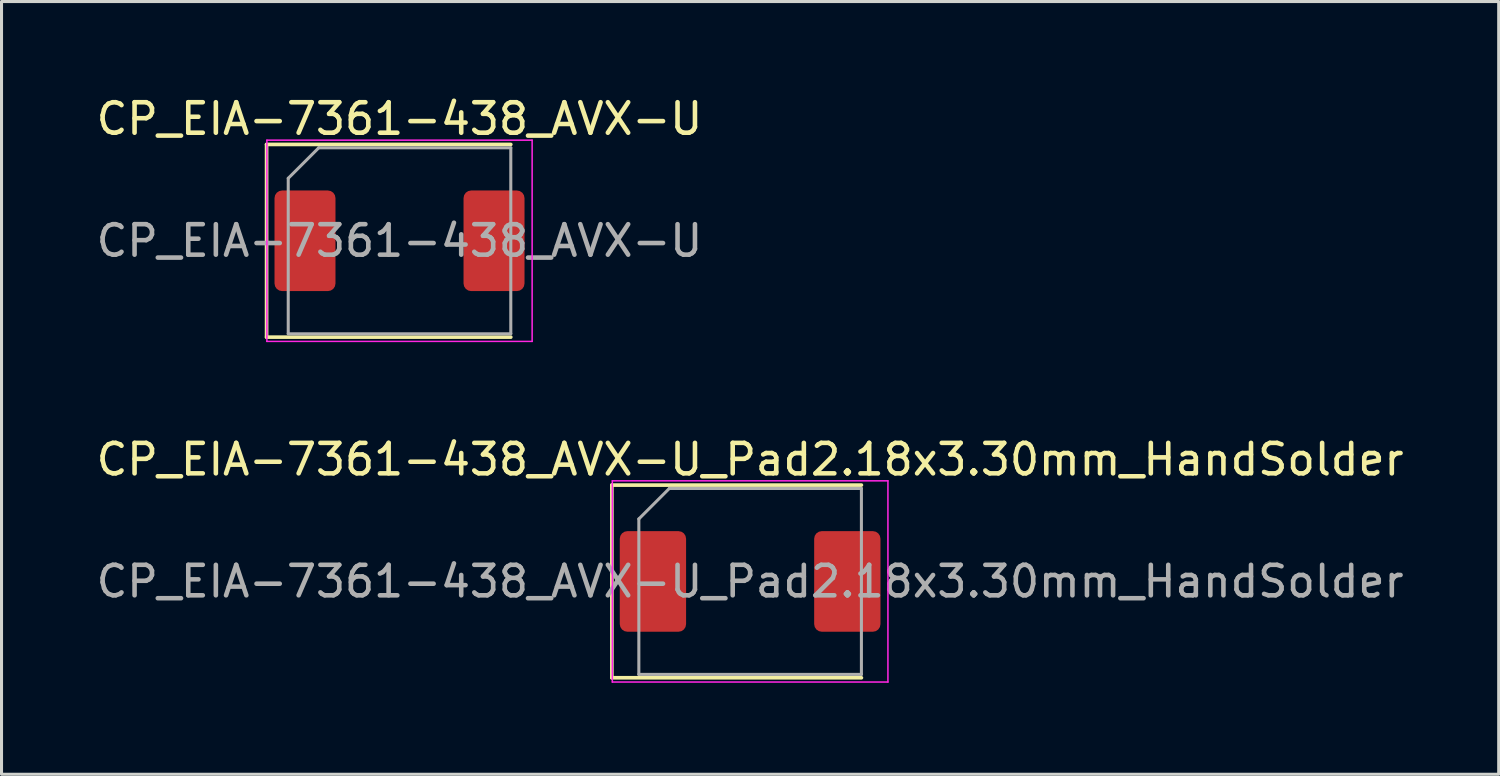
<source format=kicad_pcb>
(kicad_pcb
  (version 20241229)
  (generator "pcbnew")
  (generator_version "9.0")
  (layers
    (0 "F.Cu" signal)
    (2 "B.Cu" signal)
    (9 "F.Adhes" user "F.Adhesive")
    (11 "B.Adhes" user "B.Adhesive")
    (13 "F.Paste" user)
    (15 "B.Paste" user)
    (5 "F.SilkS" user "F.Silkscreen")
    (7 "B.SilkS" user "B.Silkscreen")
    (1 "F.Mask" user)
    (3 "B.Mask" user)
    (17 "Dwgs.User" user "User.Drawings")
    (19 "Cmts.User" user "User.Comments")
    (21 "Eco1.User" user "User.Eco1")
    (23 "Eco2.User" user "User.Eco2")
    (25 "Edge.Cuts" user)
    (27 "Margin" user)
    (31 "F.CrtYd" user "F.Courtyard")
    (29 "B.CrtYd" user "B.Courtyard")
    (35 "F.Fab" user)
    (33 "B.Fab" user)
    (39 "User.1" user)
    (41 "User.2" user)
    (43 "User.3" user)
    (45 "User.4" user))
  (footprint "CP_EIA-7361-438_AVX-U_Pad2.18x3.30mm_HandSolder"
    (layer "F.Cu")
    (at 21.554 16.021)
    (property "Reference" "CP_EIA-7361-438_AVX-U_Pad2.18x3.30mm_HandSolder" (at 0 -4 0) (layer "F.SilkS") (effects (font (size 1 1) (thickness 0.15))))
    (attr smd)
    (fp_line (start -4.535 -3.16) (end -4.535 3.16) (stroke (width 0.12) (type solid)) (layer "F.SilkS"))
    (fp_line (start -4.535 3.16) (end 3.65 3.16) (stroke (width 0.12) (type solid)) (layer "F.SilkS"))
    (fp_line (start 3.65 -3.16) (end -4.535 -3.16) (stroke (width 0.12) (type solid)) (layer "F.SilkS"))
    (fp_line (start -4.52 -3.3) (end 4.52 -3.3) (stroke (width 0.05) (type solid)) (layer "F.CrtYd"))
    (fp_line (start -4.52 3.3) (end -4.52 -3.3) (stroke (width 0.05) (type solid)) (layer "F.CrtYd"))
    (fp_line (start 4.52 -3.3) (end 4.52 3.3) (stroke (width 0.05) (type solid)) (layer "F.CrtYd"))
    (fp_line (start 4.52 3.3) (end -4.52 3.3) (stroke (width 0.05) (type solid)) (layer "F.CrtYd"))
    (fp_line (start -3.65 -2.05) (end -3.65 3.05) (stroke (width 0.1) (type solid)) (layer "F.Fab"))
    (fp_line (start -3.65 3.05) (end 3.65 3.05) (stroke (width 0.1) (type solid)) (layer "F.Fab"))
    (fp_line (start -2.65 -3.05) (end -3.65 -2.05) (stroke (width 0.1) (type solid)) (layer "F.Fab"))
    (fp_line (start 3.65 -3.05) (end -2.65 -3.05) (stroke (width 0.1) (type solid)) (layer "F.Fab"))
    (fp_line (start 3.65 3.05) (end 3.65 -3.05) (stroke (width 0.1) (type solid)) (layer "F.Fab"))
    (fp_text user "${REFERENCE}" (at 0 0 0) (layer "F.Fab") (effects (font (size 1 1) (thickness 0.15))))
    (pad "1" smd roundrect (at -3.188 0) (size 2.175 3.3) (layers "F.Cu" "F.Mask" "F.Paste") (roundrect_rratio 0.115))
    (pad "2" smd roundrect (at 3.188 0) (size 2.175 3.3) (layers "F.Cu" "F.Mask" "F.Paste") (roundrect_rratio 0.115)))
  (footprint "CP_EIA-7361-438_AVX-U"
    (layer "F.Cu")
    (at 10.054 4.848)
    (property "Reference" "CP_EIA-7361-438_AVX-U" (at 0 -4 0) (layer "F.SilkS") (effects (font (size 1 1) (thickness 0.15))))
    (attr smd)
    (fp_line (start -4.36 -3.16) (end -4.36 3.16) (stroke (width 0.12) (type solid)) (layer "F.SilkS"))
    (fp_line (start -4.36 3.16) (end 3.65 3.16) (stroke (width 0.12) (type solid)) (layer "F.SilkS"))
    (fp_line (start 3.65 -3.16) (end -4.36 -3.16) (stroke (width 0.12) (type solid)) (layer "F.SilkS"))
    (fp_line (start -4.35 -3.3) (end 4.35 -3.3) (stroke (width 0.05) (type solid)) (layer "F.CrtYd"))
    (fp_line (start -4.35 3.3) (end -4.35 -3.3) (stroke (width 0.05) (type solid)) (layer "F.CrtYd"))
    (fp_line (start 4.35 -3.3) (end 4.35 3.3) (stroke (width 0.05) (type solid)) (layer "F.CrtYd"))
    (fp_line (start 4.35 3.3) (end -4.35 3.3) (stroke (width 0.05) (type solid)) (layer "F.CrtYd"))
    (fp_line (start -3.65 -2.05) (end -3.65 3.05) (stroke (width 0.1) (type solid)) (layer "F.Fab"))
    (fp_line (start -3.65 3.05) (end 3.65 3.05) (stroke (width 0.1) (type solid)) (layer "F.Fab"))
    (fp_line (start -2.65 -3.05) (end -3.65 -2.05) (stroke (width 0.1) (type solid)) (layer "F.Fab"))
    (fp_line (start 3.65 -3.05) (end -2.65 -3.05) (stroke (width 0.1) (type solid)) (layer "F.Fab"))
    (fp_line (start 3.65 3.05) (end 3.65 -3.05) (stroke (width 0.1) (type solid)) (layer "F.Fab"))
    (fp_text user "${REFERENCE}" (at 0 0 0) (layer "F.Fab") (effects (font (size 1 1) (thickness 0.15))))
    (pad "1" smd roundrect (at -3.1 0) (size 2 3.3) (layers "F.Cu" "F.Mask" "F.Paste") (roundrect_rratio 0.125))
    (pad "2" smd roundrect (at 3.1 0) (size 2 3.3) (layers "F.Cu" "F.Mask" "F.Paste") (roundrect_rratio 0.125)))
  (gr_rect
    (start -3 -3)
    (end 46.107 22.346)
    (stroke (width 0.1) (type default))
    (fill no)
    (layer "Edge.Cuts")))
</source>
